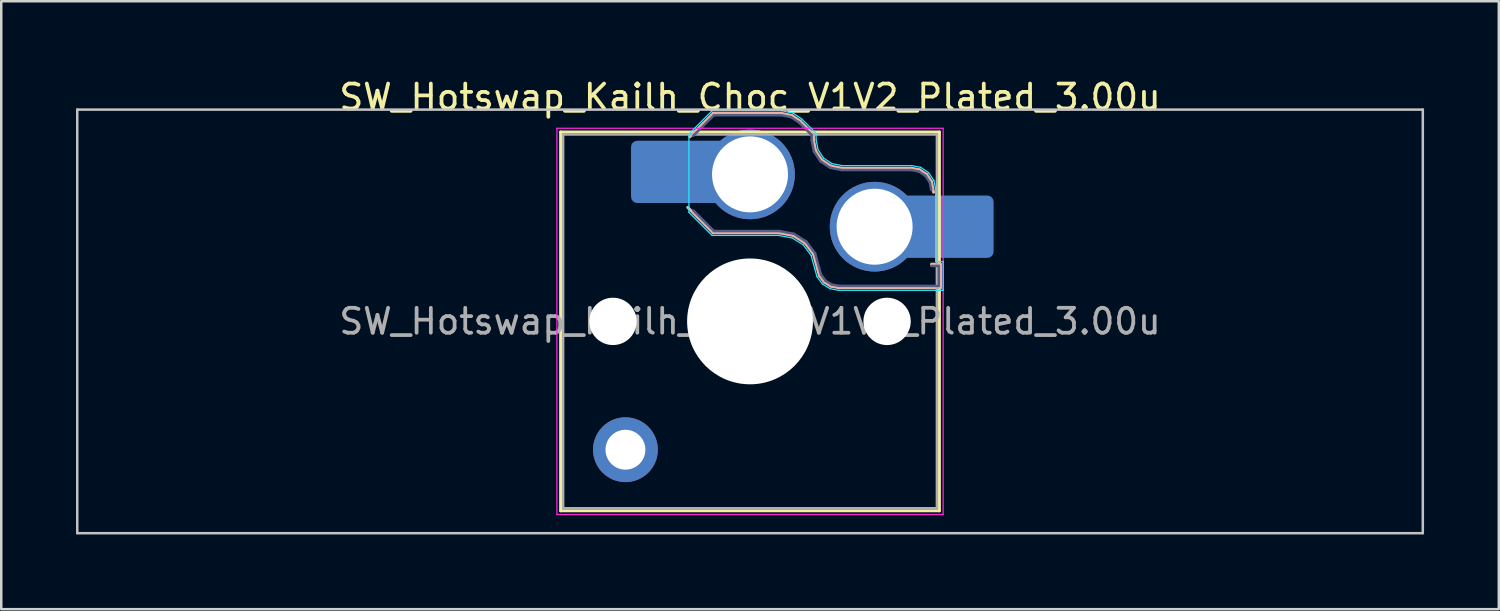
<source format=kicad_pcb>
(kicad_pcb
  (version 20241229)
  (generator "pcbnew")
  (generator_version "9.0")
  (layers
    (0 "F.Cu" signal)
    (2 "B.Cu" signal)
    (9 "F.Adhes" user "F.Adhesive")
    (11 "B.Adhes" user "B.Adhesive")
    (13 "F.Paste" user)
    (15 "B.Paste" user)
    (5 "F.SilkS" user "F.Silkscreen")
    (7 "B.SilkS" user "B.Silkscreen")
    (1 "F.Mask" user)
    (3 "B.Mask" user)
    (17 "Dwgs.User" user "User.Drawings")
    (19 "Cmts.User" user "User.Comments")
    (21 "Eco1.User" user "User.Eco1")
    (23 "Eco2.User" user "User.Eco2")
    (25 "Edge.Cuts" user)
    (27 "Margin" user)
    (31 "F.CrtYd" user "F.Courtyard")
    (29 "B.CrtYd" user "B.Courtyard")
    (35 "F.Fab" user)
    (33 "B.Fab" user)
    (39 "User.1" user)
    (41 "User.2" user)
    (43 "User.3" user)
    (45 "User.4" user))
  (footprint "SW_Hotswap_Kailh_Choc_V1V2_Plated_3.00u"
    (layer "F.Cu")
    (at 27.05 9.848)
    (property "Reference" "SW_Hotswap_Kailh_Choc_V1V2_Plated_3.00u" (at 0 -9 0) (layer "F.SilkS") (effects (font (size 1 1) (thickness 0.15))))
    (attr smd)
    (fp_line (start -7.6 -7.6) (end -7.6 7.6) (stroke (width 0.12) (type solid)) (layer "F.SilkS"))
    (fp_line (start -7.6 7.6) (end 7.6 7.6) (stroke (width 0.12) (type solid)) (layer "F.SilkS"))
    (fp_line (start 7.6 -7.6) (end -7.6 -7.6) (stroke (width 0.12) (type solid)) (layer "F.SilkS"))
    (fp_line (start 7.6 7.6) (end 7.6 -7.6) (stroke (width 0.12) (type solid)) (layer "F.SilkS"))
    (fp_line (start -2.416 -7.409) (end -1.479 -8.346) (stroke (width 0.12) (type solid)) (layer "B.SilkS"))
    (fp_line (start -1.479 -8.346) (end 1.268 -8.346) (stroke (width 0.12) (type solid)) (layer "B.SilkS"))
    (fp_line (start -1.479 -3.554) (end -2.5 -4.575) (stroke (width 0.12) (type solid)) (layer "B.SilkS"))
    (fp_line (start 1.168 -3.554) (end -1.479 -3.554) (stroke (width 0.12) (type solid)) (layer "B.SilkS"))
    (fp_line (start 1.268 -8.346) (end 1.671 -8.266) (stroke (width 0.12) (type solid)) (layer "B.SilkS"))
    (fp_line (start 1.671 -8.266) (end 2.013 -8.037) (stroke (width 0.12) (type solid)) (layer "B.SilkS"))
    (fp_line (start 1.73 -3.449) (end 1.168 -3.554) (stroke (width 0.12) (type solid)) (layer "B.SilkS"))
    (fp_line (start 2.013 -8.037) (end 2.546 -7.504) (stroke (width 0.12) (type solid)) (layer "B.SilkS"))
    (fp_line (start 2.209 -3.15) (end 1.73 -3.449) (stroke (width 0.12) (type solid)) (layer "B.SilkS"))
    (fp_line (start 2.546 -7.504) (end 2.546 -7.282) (stroke (width 0.12) (type solid)) (layer "B.SilkS"))
    (fp_line (start 2.546 -7.282) (end 2.633 -6.844) (stroke (width 0.12) (type solid)) (layer "B.SilkS"))
    (fp_line (start 2.547 -2.697) (end 2.209 -3.15) (stroke (width 0.12) (type solid)) (layer "B.SilkS"))
    (fp_line (start 2.633 -6.844) (end 2.877 -6.477) (stroke (width 0.12) (type solid)) (layer "B.SilkS"))
    (fp_line (start 2.701 -2.139) (end 2.547 -2.697) (stroke (width 0.12) (type solid)) (layer "B.SilkS"))
    (fp_line (start 2.783 -1.841) (end 2.701 -2.139) (stroke (width 0.12) (type solid)) (layer "B.SilkS"))
    (fp_line (start 2.877 -6.477) (end 3.244 -6.233) (stroke (width 0.12) (type solid)) (layer "B.SilkS"))
    (fp_line (start 2.976 -1.583) (end 2.783 -1.841) (stroke (width 0.12) (type solid)) (layer "B.SilkS"))
    (fp_line (start 3.244 -6.233) (end 3.682 -6.146) (stroke (width 0.12) (type solid)) (layer "B.SilkS"))
    (fp_line (start 3.25 -1.413) (end 2.976 -1.583) (stroke (width 0.12) (type solid)) (layer "B.SilkS"))
    (fp_line (start 3.56 -1.354) (end 3.25 -1.413) (stroke (width 0.12) (type solid)) (layer "B.SilkS"))
    (fp_line (start 3.682 -6.146) (end 6.482 -6.146) (stroke (width 0.12) (type solid)) (layer "B.SilkS"))
    (fp_line (start 6.482 -6.146) (end 6.809 -6.081) (stroke (width 0.12) (type solid)) (layer "B.SilkS"))
    (fp_line (start 6.809 -6.081) (end 7.092 -5.892) (stroke (width 0.12) (type solid)) (layer "B.SilkS"))
    (fp_line (start 7.092 -5.892) (end 7.281 -5.609) (stroke (width 0.12) (type solid)) (layer "B.SilkS"))
    (fp_line (start 7.281 -5.609) (end 7.366 -5.182) (stroke (width 0.12) (type solid)) (layer "B.SilkS"))
    (fp_line (start 7.283 -2.296) (end 7.646 -2.296) (stroke (width 0.12) (type solid)) (layer "B.SilkS"))
    (fp_line (start 7.646 -2.296) (end 7.646 -1.354) (stroke (width 0.12) (type solid)) (layer "B.SilkS"))
    (fp_line (start 7.646 -1.354) (end 3.56 -1.354) (stroke (width 0.12) (type solid)) (layer "B.SilkS"))
    (fp_line (start -27 -8.5) (end -27 8.5) (stroke (width 0.1) (type solid)) (layer "Dwgs.User"))
    (fp_line (start -27 8.5) (end 27 8.5) (stroke (width 0.1) (type solid)) (layer "Dwgs.User"))
    (fp_line (start 27 -8.5) (end -27 -8.5) (stroke (width 0.1) (type solid)) (layer "Dwgs.User"))
    (fp_line (start 27 8.5) (end 27 -8.5) (stroke (width 0.1) (type solid)) (layer "Dwgs.User"))
    (fp_line (start -7.25 -7.25) (end -7.25 7.25) (stroke (width 0.1) (type solid)) (layer "Eco1.User"))
    (fp_line (start -7.25 7.25) (end 7.25 7.25) (stroke (width 0.1) (type solid)) (layer "Eco1.User"))
    (fp_line (start 7.25 -7.25) (end -7.25 -7.25) (stroke (width 0.1) (type solid)) (layer "Eco1.User"))
    (fp_line (start 7.25 7.25) (end 7.25 -7.25) (stroke (width 0.1) (type solid)) (layer "Eco1.User"))
    (fp_line (start -2.452 -7.523) (end -1.523 -8.452) (stroke (width 0.05) (type solid)) (layer "B.CrtYd"))
    (fp_line (start -2.452 -4.377) (end -2.452 -7.523) (stroke (width 0.05) (type solid)) (layer "B.CrtYd"))
    (fp_line (start -1.523 -8.452) (end 1.278 -8.452) (stroke (width 0.05) (type solid)) (layer "B.CrtYd"))
    (fp_line (start -1.523 -3.448) (end -2.452 -4.377) (stroke (width 0.05) (type solid)) (layer "B.CrtYd"))
    (fp_line (start 1.159 -3.448) (end -1.523 -3.448) (stroke (width 0.05) (type solid)) (layer "B.CrtYd"))
    (fp_line (start 1.278 -8.452) (end 1.712 -8.366) (stroke (width 0.05) (type solid)) (layer "B.CrtYd"))
    (fp_line (start 1.691 -3.348) (end 1.159 -3.448) (stroke (width 0.05) (type solid)) (layer "B.CrtYd"))
    (fp_line (start 1.712 -8.366) (end 2.081 -8.119) (stroke (width 0.05) (type solid)) (layer "B.CrtYd"))
    (fp_line (start 2.081 -8.119) (end 2.652 -7.548) (stroke (width 0.05) (type solid)) (layer "B.CrtYd"))
    (fp_line (start 2.136 -3.071) (end 1.691 -3.348) (stroke (width 0.05) (type solid)) (layer "B.CrtYd"))
    (fp_line (start 2.45 -2.65) (end 2.136 -3.071) (stroke (width 0.05) (type solid)) (layer "B.CrtYd"))
    (fp_line (start 2.599 -2.111) (end 2.45 -2.65) (stroke (width 0.05) (type solid)) (layer "B.CrtYd"))
    (fp_line (start 2.652 -7.548) (end 2.652 -7.292) (stroke (width 0.05) (type solid)) (layer "B.CrtYd"))
    (fp_line (start 2.652 -7.292) (end 2.733 -6.885) (stroke (width 0.05) (type solid)) (layer "B.CrtYd"))
    (fp_line (start 2.687 -1.794) (end 2.599 -2.111) (stroke (width 0.05) (type solid)) (layer "B.CrtYd"))
    (fp_line (start 2.733 -6.885) (end 2.953 -6.553) (stroke (width 0.05) (type solid)) (layer "B.CrtYd"))
    (fp_line (start 2.903 -1.503) (end 2.687 -1.794) (stroke (width 0.05) (type solid)) (layer "B.CrtYd"))
    (fp_line (start 2.953 -6.553) (end 3.285 -6.333) (stroke (width 0.05) (type solid)) (layer "B.CrtYd"))
    (fp_line (start 3.211 -1.312) (end 2.903 -1.503) (stroke (width 0.05) (type solid)) (layer "B.CrtYd"))
    (fp_line (start 3.285 -6.333) (end 3.692 -6.252) (stroke (width 0.05) (type solid)) (layer "B.CrtYd"))
    (fp_line (start 3.55 -1.248) (end 3.211 -1.312) (stroke (width 0.05) (type solid)) (layer "B.CrtYd"))
    (fp_line (start 3.692 -6.252) (end 6.492 -6.252) (stroke (width 0.05) (type solid)) (layer "B.CrtYd"))
    (fp_line (start 6.492 -6.252) (end 6.85 -6.181) (stroke (width 0.05) (type solid)) (layer "B.CrtYd"))
    (fp_line (start 6.85 -6.181) (end 7.168 -5.968) (stroke (width 0.05) (type solid)) (layer "B.CrtYd"))
    (fp_line (start 7.168 -5.968) (end 7.381 -5.65) (stroke (width 0.05) (type solid)) (layer "B.CrtYd"))
    (fp_line (start 7.381 -5.65) (end 7.452 -5.292) (stroke (width 0.05) (type solid)) (layer "B.CrtYd"))
    (fp_line (start 7.452 -5.292) (end 7.452 -2.402) (stroke (width 0.05) (type solid)) (layer "B.CrtYd"))
    (fp_line (start 7.452 -2.402) (end 7.752 -2.402) (stroke (width 0.05) (type solid)) (layer "B.CrtYd"))
    (fp_line (start 7.752 -2.402) (end 7.752 -1.248) (stroke (width 0.05) (type solid)) (layer "B.CrtYd"))
    (fp_line (start 7.752 -1.248) (end 3.55 -1.248) (stroke (width 0.05) (type solid)) (layer "B.CrtYd"))
    (fp_line (start -7.75 -7.75) (end -7.75 7.75) (stroke (width 0.05) (type solid)) (layer "F.CrtYd"))
    (fp_line (start -7.75 7.75) (end 7.75 7.75) (stroke (width 0.05) (type solid)) (layer "F.CrtYd"))
    (fp_line (start 7.75 -7.75) (end -7.75 -7.75) (stroke (width 0.05) (type solid)) (layer "F.CrtYd"))
    (fp_line (start 7.75 7.75) (end 7.75 -7.75) (stroke (width 0.05) (type solid)) (layer "F.CrtYd"))
    (fp_line (start -2.275 -7.45) (end -1.45 -8.275) (stroke (width 0.1) (type solid)) (layer "B.Fab"))
    (fp_line (start -1.45 -8.275) (end 1.261 -8.275) (stroke (width 0.1) (type solid)) (layer "B.Fab"))
    (fp_line (start -1.45 -3.625) (end -2.275 -4.45) (stroke (width 0.1) (type solid)) (layer "B.Fab"))
    (fp_line (start 1.175 -3.625) (end -1.45 -3.625) (stroke (width 0.1) (type solid)) (layer "B.Fab"))
    (fp_line (start 1.261 -8.275) (end 1.643 -8.199) (stroke (width 0.1) (type solid)) (layer "B.Fab"))
    (fp_line (start 1.643 -8.199) (end 1.968 -7.982) (stroke (width 0.1) (type solid)) (layer "B.Fab"))
    (fp_line (start 1.756 -3.516) (end 1.175 -3.625) (stroke (width 0.1) (type solid)) (layer "B.Fab"))
    (fp_line (start 1.968 -7.982) (end 2.475 -7.475) (stroke (width 0.1) (type solid)) (layer "B.Fab"))
    (fp_line (start 2.258 -3.203) (end 1.756 -3.516) (stroke (width 0.1) (type solid)) (layer "B.Fab"))
    (fp_line (start 2.475 -7.475) (end 2.475 -7.275) (stroke (width 0.1) (type solid)) (layer "B.Fab"))
    (fp_line (start 2.475 -7.275) (end 2.566 -6.816) (stroke (width 0.1) (type solid)) (layer "B.Fab"))
    (fp_line (start 2.566 -6.816) (end 2.826 -6.426) (stroke (width 0.1) (type solid)) (layer "B.Fab"))
    (fp_line (start 2.612 -2.729) (end 2.258 -3.203) (stroke (width 0.1) (type solid)) (layer "B.Fab"))
    (fp_line (start 2.769 -2.158) (end 2.612 -2.729) (stroke (width 0.1) (type solid)) (layer "B.Fab"))
    (fp_line (start 2.826 -6.426) (end 3.216 -6.166) (stroke (width 0.1) (type solid)) (layer "B.Fab"))
    (fp_line (start 2.848 -1.873) (end 2.769 -2.158) (stroke (width 0.1) (type solid)) (layer "B.Fab"))
    (fp_line (start 3.025 -1.636) (end 2.848 -1.873) (stroke (width 0.1) (type solid)) (layer "B.Fab"))
    (fp_line (start 3.216 -6.166) (end 3.675 -6.075) (stroke (width 0.1) (type solid)) (layer "B.Fab"))
    (fp_line (start 3.276 -1.48) (end 3.025 -1.636) (stroke (width 0.1) (type solid)) (layer "B.Fab"))
    (fp_line (start 3.567 -1.425) (end 3.276 -1.48) (stroke (width 0.1) (type solid)) (layer "B.Fab"))
    (fp_line (start 3.675 -6.075) (end 6.475 -6.075) (stroke (width 0.1) (type solid)) (layer "B.Fab"))
    (fp_line (start 6.475 -6.075) (end 6.781 -6.014) (stroke (width 0.1) (type solid)) (layer "B.Fab"))
    (fp_line (start 6.781 -6.014) (end 7.041 -5.841) (stroke (width 0.1) (type solid)) (layer "B.Fab"))
    (fp_line (start 7.041 -5.841) (end 7.214 -5.581) (stroke (width 0.1) (type solid)) (layer "B.Fab"))
    (fp_line (start 7.214 -5.581) (end 7.275 -5.275) (stroke (width 0.1) (type solid)) (layer "B.Fab"))
    (fp_line (start 7.275 -2.225) (end 7.575 -2.225) (stroke (width 0.1) (type solid)) (layer "B.Fab"))
    (fp_line (start 7.575 -2.225) (end 7.575 -1.425) (stroke (width 0.1) (type solid)) (layer "B.Fab"))
    (fp_line (start 7.575 -1.425) (end 3.567 -1.425) (stroke (width 0.1) (type solid)) (layer "B.Fab"))
    (fp_line (start -7.5 -7.5) (end -7.5 7.5) (stroke (width 0.1) (type solid)) (layer "F.Fab"))
    (fp_line (start -7.5 7.5) (end 7.5 7.5) (stroke (width 0.1) (type solid)) (layer "F.Fab"))
    (fp_line (start 7.5 -7.5) (end -7.5 -7.5) (stroke (width 0.1) (type solid)) (layer "F.Fab"))
    (fp_line (start 7.5 7.5) (end 7.5 -7.5) (stroke (width 0.1) (type solid)) (layer "F.Fab"))
    (fp_text user "${REFERENCE}" (at 0 0 0) (layer "F.Fab") (effects (font (size 1 1) (thickness 0.15))))
    (pad "" np_thru_hole circle (at -5.5 0) (size 1.9 1.9) (drill 1.9) (layers "*.Cu" "*.Mask"))
    (pad "" thru_hole circle (at -5 5.15) (size 2.6 2.6) (drill 1.6) (layers "*.Cu" "*.Mask"))
    (pad "" smd roundrect (at -3.5 -6) (size 2.55 2.5) (layers "B.Mask" "B.Paste") (roundrect_rratio 0.1))
    (pad "" np_thru_hole circle (at 0 0) (size 5.05 5.05) (drill 5.05) (layers "*.Cu" "*.Mask"))
    (pad "" np_thru_hole circle (at 5.5 0) (size 1.9 1.9) (drill 1.9) (layers "*.Cu" "*.Mask"))
    (pad "" smd roundrect (at 8.5 -3.8) (size 2.55 2.5) (layers "B.Mask" "B.Paste") (roundrect_rratio 0.1))
    (pad "1" smd roundrect (at -2.85 -6) (size 3.85 2.5) (layers "B.Cu") (roundrect_rratio 0.1))
    (pad "1" thru_hole circle (at 0 -5.9) (size 3.6 3.6) (drill 3.05) (layers "*.Cu" "*.Mask"))
    (pad "2" thru_hole circle (at 5 -3.8) (size 3.6 3.6) (drill 3.05) (layers "*.Cu" "*.Mask"))
    (pad "2" smd roundrect (at 7.85 -3.8) (size 3.85 2.5) (layers "B.Cu") (roundrect_rratio 0.1)))
  (gr_rect
    (start -3 -3)
    (end 57.1 21.398)
    (stroke (width 0.1) (type default))
    (fill no)
    (layer "Edge.Cuts")))
</source>
